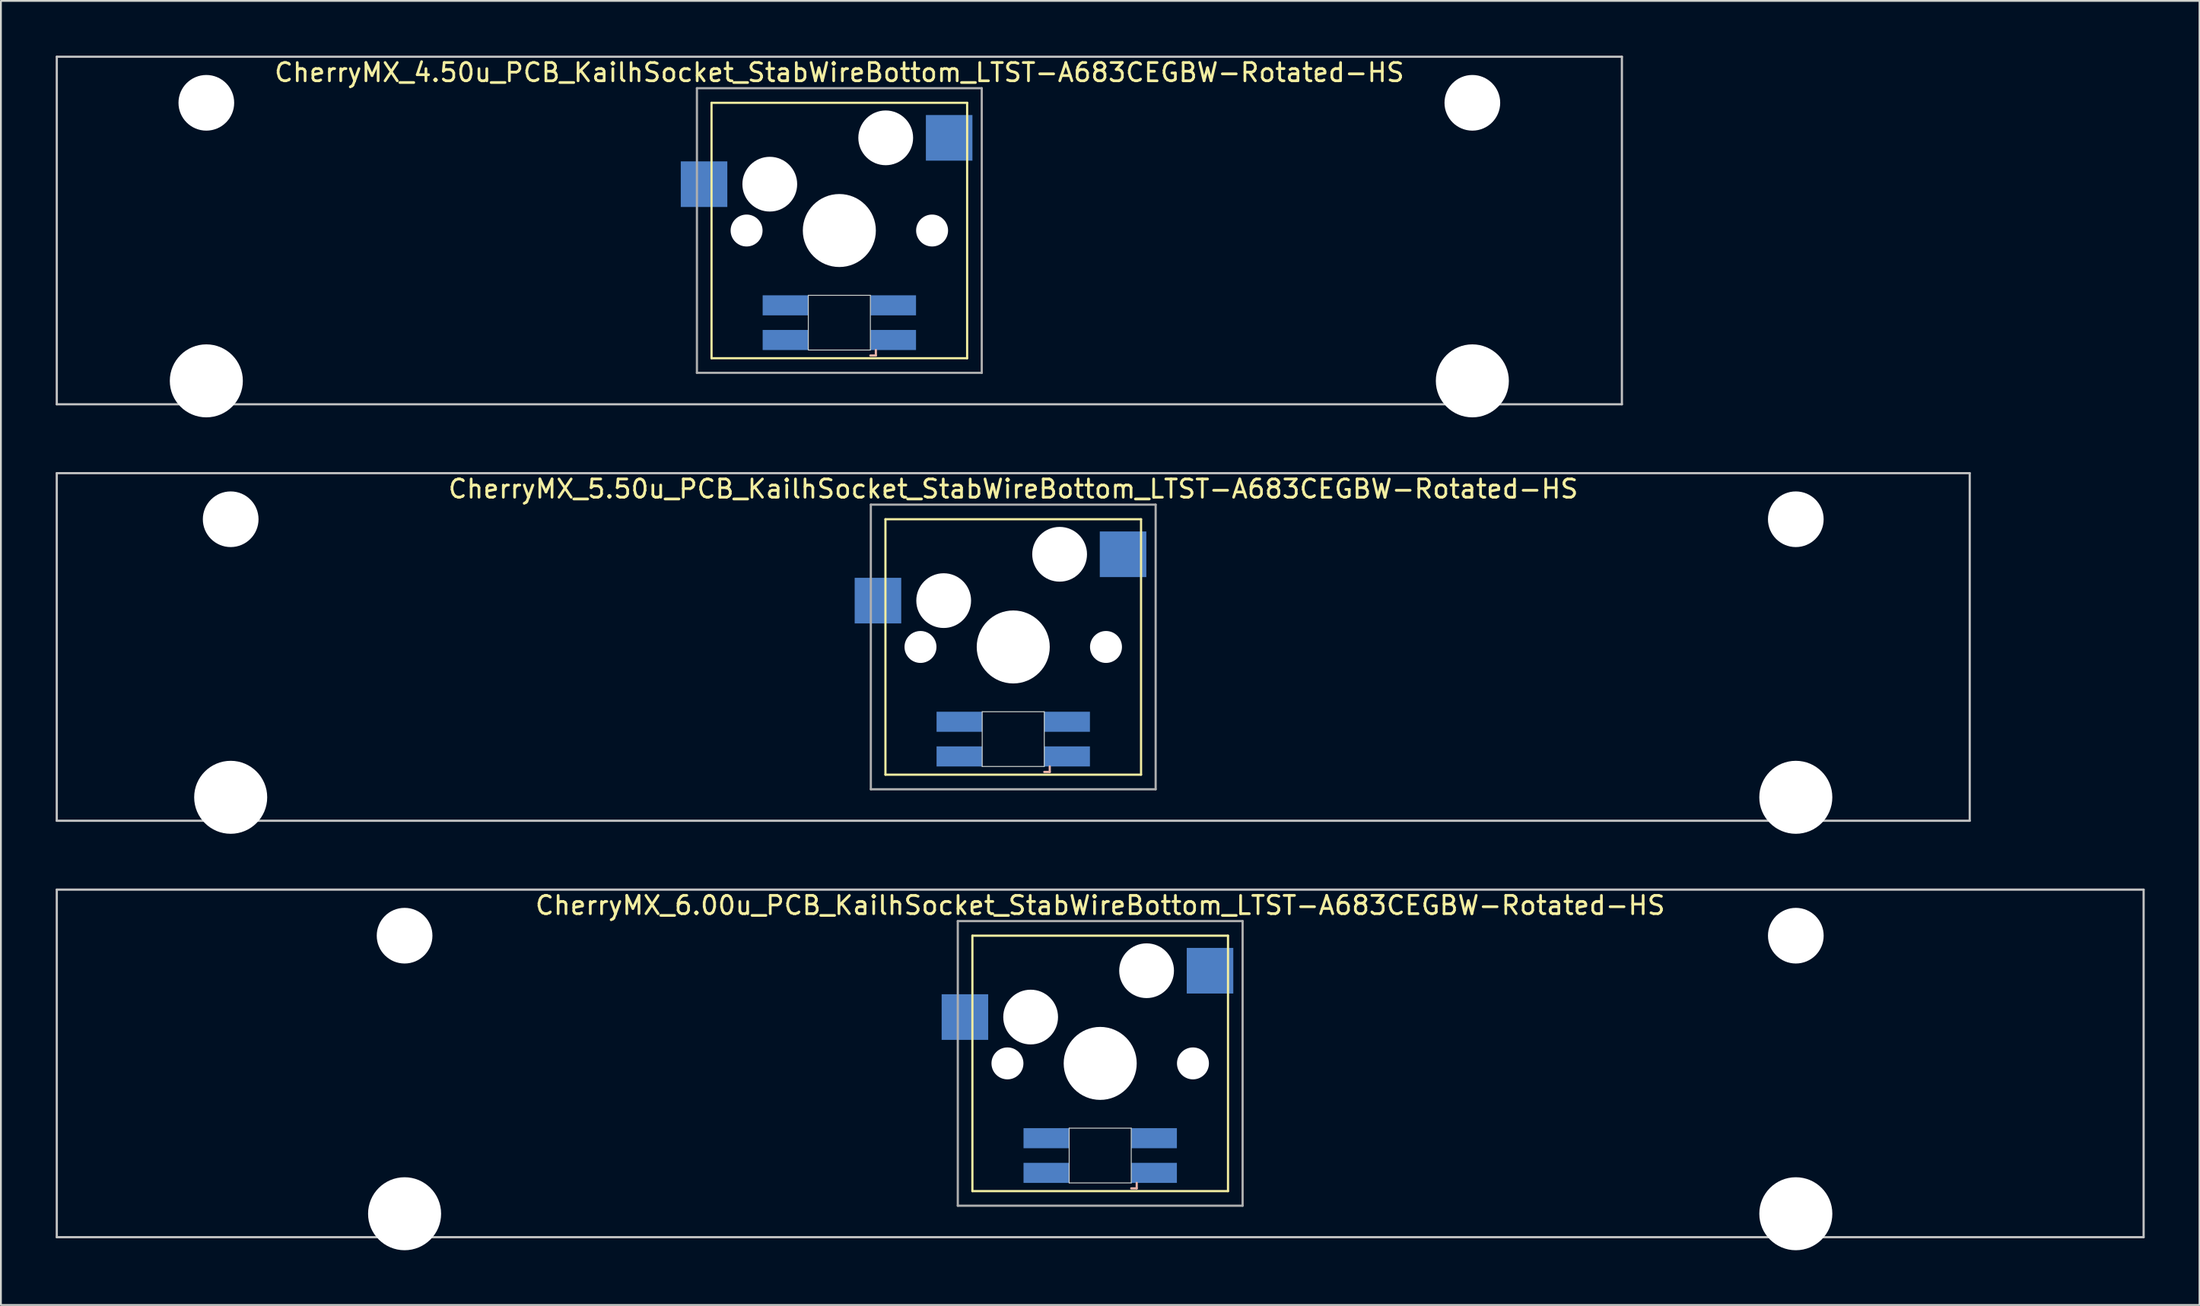
<source format=kicad_pcb>
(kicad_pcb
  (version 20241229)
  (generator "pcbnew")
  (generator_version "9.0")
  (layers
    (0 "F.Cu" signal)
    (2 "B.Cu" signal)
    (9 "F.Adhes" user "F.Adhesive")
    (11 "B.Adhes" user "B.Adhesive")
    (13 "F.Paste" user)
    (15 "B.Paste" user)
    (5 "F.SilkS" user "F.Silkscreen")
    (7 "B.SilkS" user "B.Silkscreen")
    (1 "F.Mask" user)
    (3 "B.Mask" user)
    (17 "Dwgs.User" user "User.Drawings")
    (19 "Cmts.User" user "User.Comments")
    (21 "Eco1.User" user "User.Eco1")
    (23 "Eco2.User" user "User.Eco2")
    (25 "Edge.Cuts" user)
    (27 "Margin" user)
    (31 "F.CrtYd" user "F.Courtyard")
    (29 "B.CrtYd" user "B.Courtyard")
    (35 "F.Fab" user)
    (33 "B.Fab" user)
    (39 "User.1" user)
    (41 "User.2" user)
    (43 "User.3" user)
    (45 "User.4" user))
  (footprint "CherryMX_6.00u_PCB_KailhSocket_StabWireBottom_LTST-A683CEGBW-Rotated-HS"
    (layer "F.Cu")
    (at 57.21 55.235)
    (property "Reference" "CherryMX_6.00u_PCB_KailhSocket_StabWireBottom_LTST-A683CEGBW-Rotated-HS" (at 0 -8.662 0) (layer "F.SilkS") (effects (font (size 1 1) (thickness 0.15))))
    (attr through_hole)
    (fp_line (start -7 -7) (end -7 7) (stroke (width 0.12) (type solid)) (layer "F.SilkS"))
    (fp_line (start -7 -7) (end 7 -7) (stroke (width 0.12) (type solid)) (layer "F.SilkS"))
    (fp_line (start 7 -7) (end 7 7) (stroke (width 0.12) (type solid)) (layer "F.SilkS"))
    (fp_line (start 7 7) (end -7 7) (stroke (width 0.12) (type solid)) (layer "F.SilkS"))
    (fp_line (start 1.7 6.85) (end 2 6.85) (stroke (width 0.12) (type solid)) (layer "B.SilkS"))
    (fp_line (start 2 6.85) (end 2 6.55) (stroke (width 0.12) (type solid)) (layer "B.SilkS"))
    (fp_line (start -57.15 -9.525) (end 57.15 -9.525) (stroke (width 0.12) (type solid)) (layer "Dwgs.User"))
    (fp_line (start -57.15 9.525) (end -57.15 -9.525) (stroke (width 0.12) (type solid)) (layer "Dwgs.User"))
    (fp_line (start 57.15 -9.525) (end 57.15 9.525) (stroke (width 0.12) (type solid)) (layer "Dwgs.User"))
    (fp_line (start 57.15 9.525) (end -57.15 9.525) (stroke (width 0.12) (type solid)) (layer "Dwgs.User"))
    (fp_line (start -1.7 3.55) (end 1.7 3.55) (stroke (width 0.05) (type solid)) (layer "Edge.Cuts"))
    (fp_line (start -1.7 6.55) (end -1.7 3.55) (stroke (width 0.05) (type solid)) (layer "Edge.Cuts"))
    (fp_line (start 1.7 3.55) (end 1.7 6.55) (stroke (width 0.05) (type solid)) (layer "Edge.Cuts"))
    (fp_line (start 1.7 6.55) (end -1.7 6.55) (stroke (width 0.05) (type solid)) (layer "Edge.Cuts"))
    (fp_line (start -7.8 -7.8) (end -7.8 7.8) (stroke (width 0.12) (type solid)) (layer "F.Fab"))
    (fp_line (start -7.8 -7.8) (end 7.8 -7.8) (stroke (width 0.12) (type solid)) (layer "F.Fab"))
    (fp_line (start -7.8 7.8) (end 7.8 7.8) (stroke (width 0.12) (type solid)) (layer "F.Fab"))
    (fp_line (start 7.8 -7.8) (end 7.8 7.8) (stroke (width 0.12) (type solid)) (layer "F.Fab"))
    (pad "" np_thru_hole circle (at -38.1 -7) (size 3.05 3.05) (drill 3.05) (layers "*.Cu" "*.Mask"))
    (pad "" np_thru_hole circle (at -38.1 8.24) (size 4 4) (drill 4) (layers "*.Cu" "*.Mask"))
    (pad "" np_thru_hole circle (at -5.08 0) (size 1.75 1.75) (drill 1.75) (layers "*.Cu" "*.Mask"))
    (pad "" np_thru_hole circle (at -3.81 -2.54) (size 3 3) (drill 3) (layers "*.Cu" "*.Mask"))
    (pad "" np_thru_hole circle (at 0 0) (size 4 4) (drill 4) (layers "*.Cu" "*.Mask"))
    (pad "" np_thru_hole circle (at 2.54 -5.08) (size 3 3) (drill 3) (layers "*.Cu" "*.Mask"))
    (pad "" np_thru_hole circle (at 5.08 0) (size 1.75 1.75) (drill 1.75) (layers "*.Cu" "*.Mask"))
    (pad "" np_thru_hole circle (at 38.1 -7) (size 3.05 3.05) (drill 3.05) (layers "*.Cu" "*.Mask"))
    (pad "" np_thru_hole circle (at 38.1 8.24) (size 4 4) (drill 4) (layers "*.Cu" "*.Mask"))
    (pad "1" smd rect (at -7.41 -2.54) (size 2.55 2.5) (layers "B.Cu" "B.Mask" "B.Paste"))
    (pad "2" smd rect (at 6.015 -5.08) (size 2.55 2.5) (layers "B.Cu" "B.Mask" "B.Paste"))
    (pad "3" smd rect (at 2.95 6) (size 2.5 1.1) (layers "B.Cu" "B.Mask" "B.Paste"))
    (pad "4" smd rect (at 2.95 4.1) (size 2.5 1.1) (layers "B.Cu" "B.Mask" "B.Paste"))
    (pad "5" smd rect (at -2.95 6) (size 2.5 1.1) (layers "B.Cu" "B.Mask" "B.Paste"))
    (pad "6" smd rect (at -2.95 4.1) (size 2.5 1.1) (layers "B.Cu" "B.Mask" "B.Paste")))
  (footprint "CherryMX_4.50u_PCB_KailhSocket_StabWireBottom_LTST-A683CEGBW-Rotated-HS"
    (layer "F.Cu")
    (at 42.922 9.585)
    (property "Reference" "CherryMX_4.50u_PCB_KailhSocket_StabWireBottom_LTST-A683CEGBW-Rotated-HS" (at 0 -8.662 0) (layer "F.SilkS") (effects (font (size 1 1) (thickness 0.15))))
    (attr through_hole)
    (fp_line (start -7 -7) (end -7 7) (stroke (width 0.12) (type solid)) (layer "F.SilkS"))
    (fp_line (start -7 -7) (end 7 -7) (stroke (width 0.12) (type solid)) (layer "F.SilkS"))
    (fp_line (start 7 -7) (end 7 7) (stroke (width 0.12) (type solid)) (layer "F.SilkS"))
    (fp_line (start 7 7) (end -7 7) (stroke (width 0.12) (type solid)) (layer "F.SilkS"))
    (fp_line (start 1.7 6.85) (end 2 6.85) (stroke (width 0.12) (type solid)) (layer "B.SilkS"))
    (fp_line (start 2 6.85) (end 2 6.55) (stroke (width 0.12) (type solid)) (layer "B.SilkS"))
    (fp_line (start -42.862 -9.525) (end 42.862 -9.525) (stroke (width 0.12) (type solid)) (layer "Dwgs.User"))
    (fp_line (start -42.862 9.525) (end -42.862 -9.525) (stroke (width 0.12) (type solid)) (layer "Dwgs.User"))
    (fp_line (start 42.862 -9.525) (end 42.862 9.525) (stroke (width 0.12) (type solid)) (layer "Dwgs.User"))
    (fp_line (start 42.862 9.525) (end -42.862 9.525) (stroke (width 0.12) (type solid)) (layer "Dwgs.User"))
    (fp_line (start -1.7 3.55) (end 1.7 3.55) (stroke (width 0.05) (type solid)) (layer "Edge.Cuts"))
    (fp_line (start -1.7 6.55) (end -1.7 3.55) (stroke (width 0.05) (type solid)) (layer "Edge.Cuts"))
    (fp_line (start 1.7 3.55) (end 1.7 6.55) (stroke (width 0.05) (type solid)) (layer "Edge.Cuts"))
    (fp_line (start 1.7 6.55) (end -1.7 6.55) (stroke (width 0.05) (type solid)) (layer "Edge.Cuts"))
    (fp_line (start -7.8 -7.8) (end -7.8 7.8) (stroke (width 0.12) (type solid)) (layer "F.Fab"))
    (fp_line (start -7.8 -7.8) (end 7.8 -7.8) (stroke (width 0.12) (type solid)) (layer "F.Fab"))
    (fp_line (start -7.8 7.8) (end 7.8 7.8) (stroke (width 0.12) (type solid)) (layer "F.Fab"))
    (fp_line (start 7.8 -7.8) (end 7.8 7.8) (stroke (width 0.12) (type solid)) (layer "F.Fab"))
    (pad "" np_thru_hole circle (at -34.671 -7) (size 3.05 3.05) (drill 3.05) (layers "*.Cu" "*.Mask"))
    (pad "" np_thru_hole circle (at -34.671 8.24) (size 4 4) (drill 4) (layers "*.Cu" "*.Mask"))
    (pad "" np_thru_hole circle (at -5.08 0) (size 1.75 1.75) (drill 1.75) (layers "*.Cu" "*.Mask"))
    (pad "" np_thru_hole circle (at -3.81 -2.54) (size 3 3) (drill 3) (layers "*.Cu" "*.Mask"))
    (pad "" np_thru_hole circle (at 0 0) (size 4 4) (drill 4) (layers "*.Cu" "*.Mask"))
    (pad "" np_thru_hole circle (at 2.54 -5.08) (size 3 3) (drill 3) (layers "*.Cu" "*.Mask"))
    (pad "" np_thru_hole circle (at 5.08 0) (size 1.75 1.75) (drill 1.75) (layers "*.Cu" "*.Mask"))
    (pad "" np_thru_hole circle (at 34.671 -7) (size 3.05 3.05) (drill 3.05) (layers "*.Cu" "*.Mask"))
    (pad "" np_thru_hole circle (at 34.671 8.24) (size 4 4) (drill 4) (layers "*.Cu" "*.Mask"))
    (pad "1" smd rect (at -7.41 -2.54) (size 2.55 2.5) (layers "B.Cu" "B.Mask" "B.Paste"))
    (pad "2" smd rect (at 6.015 -5.08) (size 2.55 2.5) (layers "B.Cu" "B.Mask" "B.Paste"))
    (pad "3" smd rect (at 2.95 6) (size 2.5 1.1) (layers "B.Cu" "B.Mask" "B.Paste"))
    (pad "4" smd rect (at 2.95 4.1) (size 2.5 1.1) (layers "B.Cu" "B.Mask" "B.Paste"))
    (pad "5" smd rect (at -2.95 6) (size 2.5 1.1) (layers "B.Cu" "B.Mask" "B.Paste"))
    (pad "6" smd rect (at -2.95 4.1) (size 2.5 1.1) (layers "B.Cu" "B.Mask" "B.Paste")))
  (footprint "CherryMX_5.50u_PCB_KailhSocket_StabWireBottom_LTST-A683CEGBW-Rotated-HS"
    (layer "F.Cu")
    (at 52.447 32.41)
    (property "Reference" "CherryMX_5.50u_PCB_KailhSocket_StabWireBottom_LTST-A683CEGBW-Rotated-HS" (at 0 -8.662 0) (layer "F.SilkS") (effects (font (size 1 1) (thickness 0.15))))
    (attr through_hole)
    (fp_line (start -7 -7) (end -7 7) (stroke (width 0.12) (type solid)) (layer "F.SilkS"))
    (fp_line (start -7 -7) (end 7 -7) (stroke (width 0.12) (type solid)) (layer "F.SilkS"))
    (fp_line (start 7 -7) (end 7 7) (stroke (width 0.12) (type solid)) (layer "F.SilkS"))
    (fp_line (start 7 7) (end -7 7) (stroke (width 0.12) (type solid)) (layer "F.SilkS"))
    (fp_line (start 1.7 6.85) (end 2 6.85) (stroke (width 0.12) (type solid)) (layer "B.SilkS"))
    (fp_line (start 2 6.85) (end 2 6.55) (stroke (width 0.12) (type solid)) (layer "B.SilkS"))
    (fp_line (start -52.388 -9.525) (end 52.388 -9.525) (stroke (width 0.12) (type solid)) (layer "Dwgs.User"))
    (fp_line (start -52.388 9.525) (end -52.388 -9.525) (stroke (width 0.12) (type solid)) (layer "Dwgs.User"))
    (fp_line (start 52.388 -9.525) (end 52.388 9.525) (stroke (width 0.12) (type solid)) (layer "Dwgs.User"))
    (fp_line (start 52.388 9.525) (end -52.388 9.525) (stroke (width 0.12) (type solid)) (layer "Dwgs.User"))
    (fp_line (start -1.7 3.55) (end 1.7 3.55) (stroke (width 0.05) (type solid)) (layer "Edge.Cuts"))
    (fp_line (start -1.7 6.55) (end -1.7 3.55) (stroke (width 0.05) (type solid)) (layer "Edge.Cuts"))
    (fp_line (start 1.7 3.55) (end 1.7 6.55) (stroke (width 0.05) (type solid)) (layer "Edge.Cuts"))
    (fp_line (start 1.7 6.55) (end -1.7 6.55) (stroke (width 0.05) (type solid)) (layer "Edge.Cuts"))
    (fp_line (start -7.8 -7.8) (end -7.8 7.8) (stroke (width 0.12) (type solid)) (layer "F.Fab"))
    (fp_line (start -7.8 -7.8) (end 7.8 -7.8) (stroke (width 0.12) (type solid)) (layer "F.Fab"))
    (fp_line (start -7.8 7.8) (end 7.8 7.8) (stroke (width 0.12) (type solid)) (layer "F.Fab"))
    (fp_line (start 7.8 -7.8) (end 7.8 7.8) (stroke (width 0.12) (type solid)) (layer "F.Fab"))
    (pad "" np_thru_hole circle (at -42.862 -7) (size 3.05 3.05) (drill 3.05) (layers "*.Cu" "*.Mask"))
    (pad "" np_thru_hole circle (at -42.862 8.24) (size 4 4) (drill 4) (layers "*.Cu" "*.Mask"))
    (pad "" np_thru_hole circle (at -5.08 0) (size 1.75 1.75) (drill 1.75) (layers "*.Cu" "*.Mask"))
    (pad "" np_thru_hole circle (at -3.81 -2.54) (size 3 3) (drill 3) (layers "*.Cu" "*.Mask"))
    (pad "" np_thru_hole circle (at 0 0) (size 4 4) (drill 4) (layers "*.Cu" "*.Mask"))
    (pad "" np_thru_hole circle (at 2.54 -5.08) (size 3 3) (drill 3) (layers "*.Cu" "*.Mask"))
    (pad "" np_thru_hole circle (at 5.08 0) (size 1.75 1.75) (drill 1.75) (layers "*.Cu" "*.Mask"))
    (pad "" np_thru_hole circle (at 42.862 -7) (size 3.05 3.05) (drill 3.05) (layers "*.Cu" "*.Mask"))
    (pad "" np_thru_hole circle (at 42.862 8.24) (size 4 4) (drill 4) (layers "*.Cu" "*.Mask"))
    (pad "1" smd rect (at -7.41 -2.54) (size 2.55 2.5) (layers "B.Cu" "B.Mask" "B.Paste"))
    (pad "2" smd rect (at 6.015 -5.08) (size 2.55 2.5) (layers "B.Cu" "B.Mask" "B.Paste"))
    (pad "3" smd rect (at 2.95 6) (size 2.5 1.1) (layers "B.Cu" "B.Mask" "B.Paste"))
    (pad "4" smd rect (at 2.95 4.1) (size 2.5 1.1) (layers "B.Cu" "B.Mask" "B.Paste"))
    (pad "5" smd rect (at -2.95 6) (size 2.5 1.1) (layers "B.Cu" "B.Mask" "B.Paste"))
    (pad "6" smd rect (at -2.95 4.1) (size 2.5 1.1) (layers "B.Cu" "B.Mask" "B.Paste")))
  (gr_rect
    (start -3 -3)
    (end 117.42 68.475)
    (stroke (width 0.1) (type default))
    (fill no)
    (layer "Edge.Cuts")))
</source>
